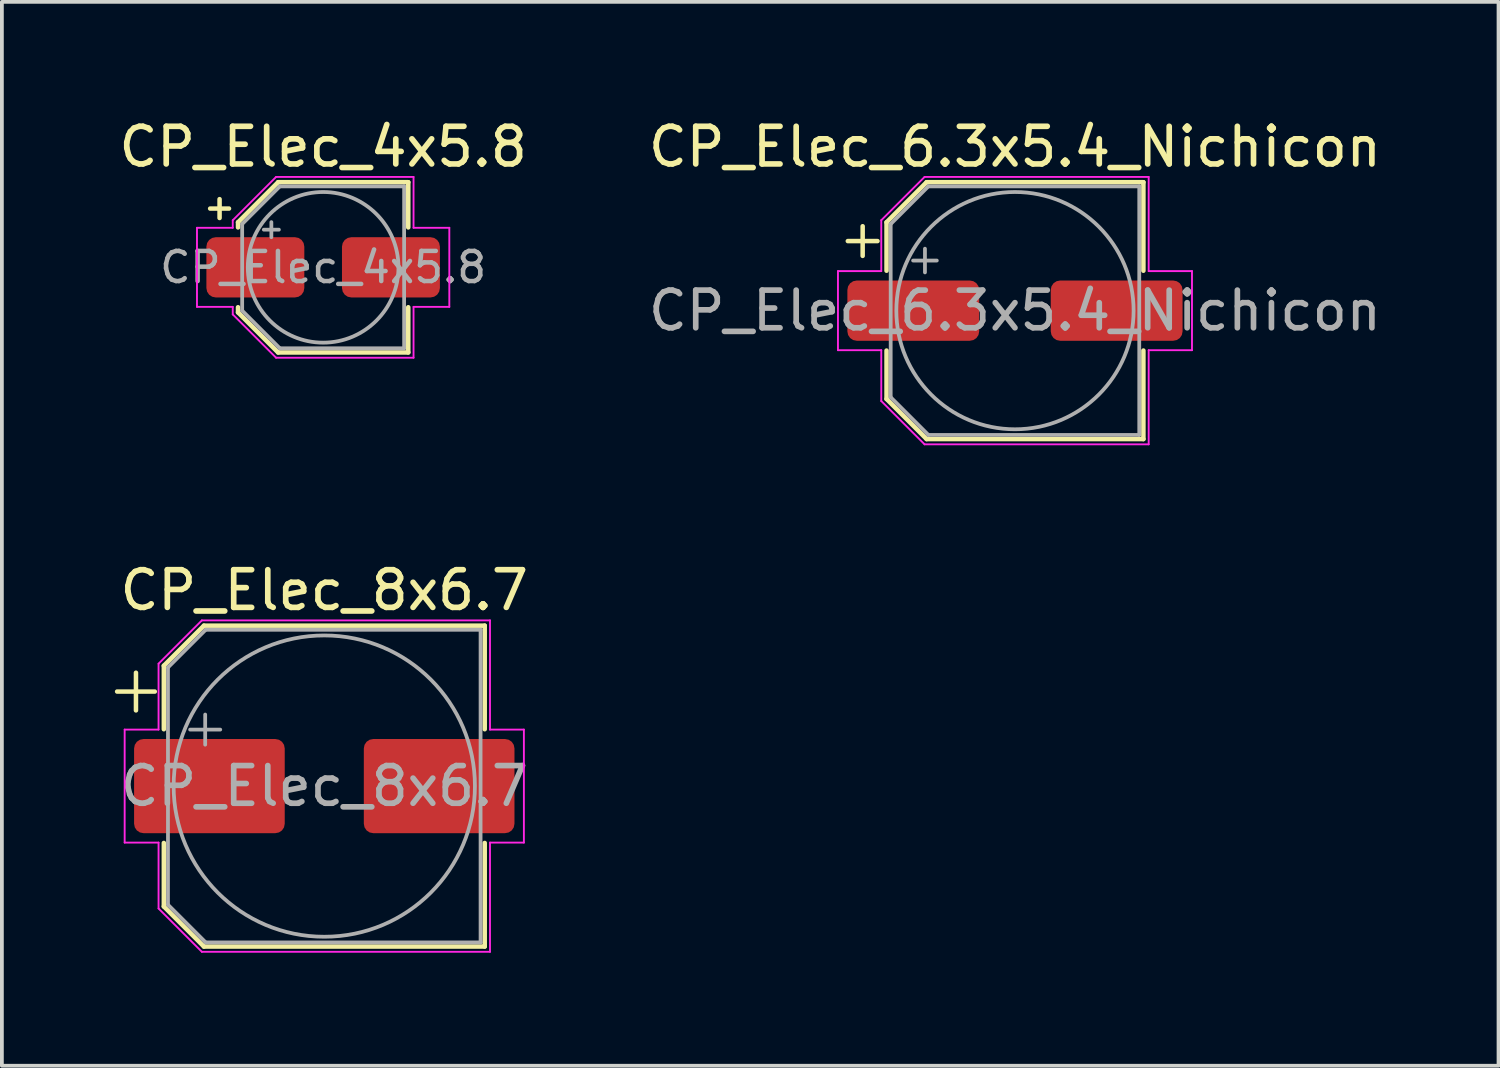
<source format=kicad_pcb>
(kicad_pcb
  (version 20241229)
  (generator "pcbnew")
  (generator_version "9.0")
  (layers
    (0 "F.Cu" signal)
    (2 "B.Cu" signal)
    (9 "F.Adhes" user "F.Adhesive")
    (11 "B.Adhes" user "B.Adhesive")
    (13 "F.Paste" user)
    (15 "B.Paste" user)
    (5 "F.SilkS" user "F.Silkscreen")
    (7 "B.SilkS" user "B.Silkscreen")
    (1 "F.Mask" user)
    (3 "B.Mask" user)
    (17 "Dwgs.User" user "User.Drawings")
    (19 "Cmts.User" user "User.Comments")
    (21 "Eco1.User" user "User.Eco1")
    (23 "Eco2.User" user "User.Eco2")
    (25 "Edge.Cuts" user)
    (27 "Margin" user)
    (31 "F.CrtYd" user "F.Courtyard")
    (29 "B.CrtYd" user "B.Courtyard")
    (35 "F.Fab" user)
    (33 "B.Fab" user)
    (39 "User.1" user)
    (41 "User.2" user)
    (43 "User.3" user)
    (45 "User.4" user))
  (footprint "CP_Elec_8x6.7"
    (layer "F.Cu")
    (at 5.56 17.822)
    (property "Reference" "CP_Elec_8x6.7" (at 0 -5.2 0) (layer "F.SilkS") (effects (font (size 1 1) (thickness 0.15))))
    (attr smd)
    (fp_line (start -5.5 -2.51) (end -4.5 -2.51) (stroke (width 0.12) (type solid)) (layer "F.SilkS"))
    (fp_line (start -5 -3.01) (end -5 -2.01) (stroke (width 0.12) (type solid)) (layer "F.SilkS"))
    (fp_line (start -4.26 -3.196) (end -4.26 -1.51) (stroke (width 0.12) (type solid)) (layer "F.SilkS"))
    (fp_line (start -4.26 -3.196) (end -3.196 -4.26) (stroke (width 0.12) (type solid)) (layer "F.SilkS"))
    (fp_line (start -4.26 3.196) (end -4.26 1.51) (stroke (width 0.12) (type solid)) (layer "F.SilkS"))
    (fp_line (start -4.26 3.196) (end -3.196 4.26) (stroke (width 0.12) (type solid)) (layer "F.SilkS"))
    (fp_line (start -3.196 -4.26) (end 4.26 -4.26) (stroke (width 0.12) (type solid)) (layer "F.SilkS"))
    (fp_line (start -3.196 4.26) (end 4.26 4.26) (stroke (width 0.12) (type solid)) (layer "F.SilkS"))
    (fp_line (start 4.26 -4.26) (end 4.26 -1.51) (stroke (width 0.12) (type solid)) (layer "F.SilkS"))
    (fp_line (start 4.26 4.26) (end 4.26 1.51) (stroke (width 0.12) (type solid)) (layer "F.SilkS"))
    (fp_line (start -5.3 -1.5) (end -5.3 1.5) (stroke (width 0.05) (type solid)) (layer "F.CrtYd"))
    (fp_line (start -5.3 1.5) (end -4.4 1.5) (stroke (width 0.05) (type solid)) (layer "F.CrtYd"))
    (fp_line (start -4.4 -3.25) (end -4.4 -1.5) (stroke (width 0.05) (type solid)) (layer "F.CrtYd"))
    (fp_line (start -4.4 -3.25) (end -3.25 -4.4) (stroke (width 0.05) (type solid)) (layer "F.CrtYd"))
    (fp_line (start -4.4 -1.5) (end -5.3 -1.5) (stroke (width 0.05) (type solid)) (layer "F.CrtYd"))
    (fp_line (start -4.4 1.5) (end -4.4 3.25) (stroke (width 0.05) (type solid)) (layer "F.CrtYd"))
    (fp_line (start -4.4 3.25) (end -3.25 4.4) (stroke (width 0.05) (type solid)) (layer "F.CrtYd"))
    (fp_line (start -3.25 -4.4) (end 4.4 -4.4) (stroke (width 0.05) (type solid)) (layer "F.CrtYd"))
    (fp_line (start -3.25 4.4) (end 4.4 4.4) (stroke (width 0.05) (type solid)) (layer "F.CrtYd"))
    (fp_line (start 4.4 -4.4) (end 4.4 -1.5) (stroke (width 0.05) (type solid)) (layer "F.CrtYd"))
    (fp_line (start 4.4 -1.5) (end 5.3 -1.5) (stroke (width 0.05) (type solid)) (layer "F.CrtYd"))
    (fp_line (start 4.4 1.5) (end 4.4 4.4) (stroke (width 0.05) (type solid)) (layer "F.CrtYd"))
    (fp_line (start 5.3 -1.5) (end 5.3 1.5) (stroke (width 0.05) (type solid)) (layer "F.CrtYd"))
    (fp_line (start 5.3 1.5) (end 4.4 1.5) (stroke (width 0.05) (type solid)) (layer "F.CrtYd"))
    (fp_line (start -4.15 -3.15) (end -4.15 3.15) (stroke (width 0.1) (type solid)) (layer "F.Fab"))
    (fp_line (start -4.15 -3.15) (end -3.15 -4.15) (stroke (width 0.1) (type solid)) (layer "F.Fab"))
    (fp_line (start -4.15 3.15) (end -3.15 4.15) (stroke (width 0.1) (type solid)) (layer "F.Fab"))
    (fp_line (start -3.562 -1.5) (end -2.762 -1.5) (stroke (width 0.1) (type solid)) (layer "F.Fab"))
    (fp_line (start -3.162 -1.9) (end -3.162 -1.1) (stroke (width 0.1) (type solid)) (layer "F.Fab"))
    (fp_line (start -3.15 -4.15) (end 4.15 -4.15) (stroke (width 0.1) (type solid)) (layer "F.Fab"))
    (fp_line (start -3.15 4.15) (end 4.15 4.15) (stroke (width 0.1) (type solid)) (layer "F.Fab"))
    (fp_line (start 4.15 -4.15) (end 4.15 4.15) (stroke (width 0.1) (type solid)) (layer "F.Fab"))
    (fp_circle (center 0 0) (end 4 0) (stroke (width 0.1) (type solid)) (fill no) (layer "F.Fab"))
    (fp_text user "${REFERENCE}" (at 0 0 0) (layer "F.Fab") (effects (font (size 1 1) (thickness 0.15))))
    (pad "1" smd roundrect (at -3.05 0) (size 4 2.5) (layers "F.Cu" "F.Mask" "F.Paste") (roundrect_rratio 0.1))
    (pad "2" smd roundrect (at 3.05 0) (size 4 2.5) (layers "F.Cu" "F.Mask" "F.Paste") (roundrect_rratio 0.1)))
  (footprint "CP_Elec_6.3x5.4_Nichicon"
    (layer "F.Cu")
    (at 23.899 5.198)
    (property "Reference" "CP_Elec_6.3x5.4_Nichicon" (at 0 -4.35 0) (layer "F.SilkS") (effects (font (size 1 1) (thickness 0.15))))
    (attr smd)
    (fp_line (start -4.438 -1.847) (end -3.65 -1.847) (stroke (width 0.12) (type solid)) (layer "F.SilkS"))
    (fp_line (start -4.044 -2.241) (end -4.044 -1.454) (stroke (width 0.12) (type solid)) (layer "F.SilkS"))
    (fp_line (start -3.41 -2.346) (end -3.41 -1.06) (stroke (width 0.12) (type solid)) (layer "F.SilkS"))
    (fp_line (start -3.41 -2.346) (end -2.346 -3.41) (stroke (width 0.12) (type solid)) (layer "F.SilkS"))
    (fp_line (start -3.41 2.346) (end -3.41 1.06) (stroke (width 0.12) (type solid)) (layer "F.SilkS"))
    (fp_line (start -3.41 2.346) (end -2.346 3.41) (stroke (width 0.12) (type solid)) (layer "F.SilkS"))
    (fp_line (start -2.346 -3.41) (end 3.41 -3.41) (stroke (width 0.12) (type solid)) (layer "F.SilkS"))
    (fp_line (start -2.346 3.41) (end 3.41 3.41) (stroke (width 0.12) (type solid)) (layer "F.SilkS"))
    (fp_line (start 3.41 -3.41) (end 3.41 -1.06) (stroke (width 0.12) (type solid)) (layer "F.SilkS"))
    (fp_line (start 3.41 3.41) (end 3.41 1.06) (stroke (width 0.12) (type solid)) (layer "F.SilkS"))
    (fp_line (start -4.7 -1.05) (end -4.7 1.05) (stroke (width 0.05) (type solid)) (layer "F.CrtYd"))
    (fp_line (start -4.7 1.05) (end -3.55 1.05) (stroke (width 0.05) (type solid)) (layer "F.CrtYd"))
    (fp_line (start -3.55 -2.4) (end -3.55 -1.05) (stroke (width 0.05) (type solid)) (layer "F.CrtYd"))
    (fp_line (start -3.55 -2.4) (end -2.4 -3.55) (stroke (width 0.05) (type solid)) (layer "F.CrtYd"))
    (fp_line (start -3.55 -1.05) (end -4.7 -1.05) (stroke (width 0.05) (type solid)) (layer "F.CrtYd"))
    (fp_line (start -3.55 1.05) (end -3.55 2.4) (stroke (width 0.05) (type solid)) (layer "F.CrtYd"))
    (fp_line (start -3.55 2.4) (end -2.4 3.55) (stroke (width 0.05) (type solid)) (layer "F.CrtYd"))
    (fp_line (start -2.4 -3.55) (end 3.55 -3.55) (stroke (width 0.05) (type solid)) (layer "F.CrtYd"))
    (fp_line (start -2.4 3.55) (end 3.55 3.55) (stroke (width 0.05) (type solid)) (layer "F.CrtYd"))
    (fp_line (start 3.55 -3.55) (end 3.55 -1.05) (stroke (width 0.05) (type solid)) (layer "F.CrtYd"))
    (fp_line (start 3.55 -1.05) (end 4.7 -1.05) (stroke (width 0.05) (type solid)) (layer "F.CrtYd"))
    (fp_line (start 3.55 1.05) (end 3.55 3.55) (stroke (width 0.05) (type solid)) (layer "F.CrtYd"))
    (fp_line (start 4.7 -1.05) (end 4.7 1.05) (stroke (width 0.05) (type solid)) (layer "F.CrtYd"))
    (fp_line (start 4.7 1.05) (end 3.55 1.05) (stroke (width 0.05) (type solid)) (layer "F.CrtYd"))
    (fp_line (start -3.3 -2.3) (end -3.3 2.3) (stroke (width 0.1) (type solid)) (layer "F.Fab"))
    (fp_line (start -3.3 -2.3) (end -2.3 -3.3) (stroke (width 0.1) (type solid)) (layer "F.Fab"))
    (fp_line (start -3.3 2.3) (end -2.3 3.3) (stroke (width 0.1) (type solid)) (layer "F.Fab"))
    (fp_line (start -2.705 -1.33) (end -2.075 -1.33) (stroke (width 0.1) (type solid)) (layer "F.Fab"))
    (fp_line (start -2.39 -1.645) (end -2.39 -1.015) (stroke (width 0.1) (type solid)) (layer "F.Fab"))
    (fp_line (start -2.3 -3.3) (end 3.3 -3.3) (stroke (width 0.1) (type solid)) (layer "F.Fab"))
    (fp_line (start -2.3 3.3) (end 3.3 3.3) (stroke (width 0.1) (type solid)) (layer "F.Fab"))
    (fp_line (start 3.3 -3.3) (end 3.3 3.3) (stroke (width 0.1) (type solid)) (layer "F.Fab"))
    (fp_circle (center 0 0) (end 3.15 0) (stroke (width 0.1) (type solid)) (fill no) (layer "F.Fab"))
    (fp_text user "${REFERENCE}" (at 0 0 0) (layer "F.Fab") (effects (font (size 1 1) (thickness 0.15))))
    (pad "1" smd roundrect (at -2.7 0) (size 3.5 1.6) (layers "F.Cu" "F.Mask" "F.Paste") (roundrect_rratio 0.156))
    (pad "2" smd roundrect (at 2.7 0) (size 3.5 1.6) (layers "F.Cu" "F.Mask" "F.Paste") (roundrect_rratio 0.156)))
  (footprint "CP_Elec_4x5.8"
    (layer "F.Cu")
    (at 5.53 4.048)
    (property "Reference" "CP_Elec_4x5.8" (at 0 -3.2 0) (layer "F.SilkS") (effects (font (size 1 1) (thickness 0.15))))
    (attr smd)
    (fp_line (start -3 -1.56) (end -2.5 -1.56) (stroke (width 0.12) (type solid)) (layer "F.SilkS"))
    (fp_line (start -2.75 -1.81) (end -2.75 -1.31) (stroke (width 0.12) (type solid)) (layer "F.SilkS"))
    (fp_line (start -2.26 -1.196) (end -2.26 -1.06) (stroke (width 0.12) (type solid)) (layer "F.SilkS"))
    (fp_line (start -2.26 -1.196) (end -1.196 -2.26) (stroke (width 0.12) (type solid)) (layer "F.SilkS"))
    (fp_line (start -2.26 1.196) (end -2.26 1.06) (stroke (width 0.12) (type solid)) (layer "F.SilkS"))
    (fp_line (start -2.26 1.196) (end -1.196 2.26) (stroke (width 0.12) (type solid)) (layer "F.SilkS"))
    (fp_line (start -1.196 -2.26) (end 2.26 -2.26) (stroke (width 0.12) (type solid)) (layer "F.SilkS"))
    (fp_line (start -1.196 2.26) (end 2.26 2.26) (stroke (width 0.12) (type solid)) (layer "F.SilkS"))
    (fp_line (start 2.26 -2.26) (end 2.26 -1.06) (stroke (width 0.12) (type solid)) (layer "F.SilkS"))
    (fp_line (start 2.26 2.26) (end 2.26 1.06) (stroke (width 0.12) (type solid)) (layer "F.SilkS"))
    (fp_line (start -3.35 -1.05) (end -3.35 1.05) (stroke (width 0.05) (type solid)) (layer "F.CrtYd"))
    (fp_line (start -3.35 1.05) (end -2.4 1.05) (stroke (width 0.05) (type solid)) (layer "F.CrtYd"))
    (fp_line (start -2.4 -1.25) (end -2.4 -1.05) (stroke (width 0.05) (type solid)) (layer "F.CrtYd"))
    (fp_line (start -2.4 -1.25) (end -1.25 -2.4) (stroke (width 0.05) (type solid)) (layer "F.CrtYd"))
    (fp_line (start -2.4 -1.05) (end -3.35 -1.05) (stroke (width 0.05) (type solid)) (layer "F.CrtYd"))
    (fp_line (start -2.4 1.05) (end -2.4 1.25) (stroke (width 0.05) (type solid)) (layer "F.CrtYd"))
    (fp_line (start -2.4 1.25) (end -1.25 2.4) (stroke (width 0.05) (type solid)) (layer "F.CrtYd"))
    (fp_line (start -1.25 -2.4) (end 2.4 -2.4) (stroke (width 0.05) (type solid)) (layer "F.CrtYd"))
    (fp_line (start -1.25 2.4) (end 2.4 2.4) (stroke (width 0.05) (type solid)) (layer "F.CrtYd"))
    (fp_line (start 2.4 -2.4) (end 2.4 -1.05) (stroke (width 0.05) (type solid)) (layer "F.CrtYd"))
    (fp_line (start 2.4 -1.05) (end 3.35 -1.05) (stroke (width 0.05) (type solid)) (layer "F.CrtYd"))
    (fp_line (start 2.4 1.05) (end 2.4 2.4) (stroke (width 0.05) (type solid)) (layer "F.CrtYd"))
    (fp_line (start 3.35 -1.05) (end 3.35 1.05) (stroke (width 0.05) (type solid)) (layer "F.CrtYd"))
    (fp_line (start 3.35 1.05) (end 2.4 1.05) (stroke (width 0.05) (type solid)) (layer "F.CrtYd"))
    (fp_line (start -2.15 -1.15) (end -2.15 1.15) (stroke (width 0.1) (type solid)) (layer "F.Fab"))
    (fp_line (start -2.15 -1.15) (end -1.15 -2.15) (stroke (width 0.1) (type solid)) (layer "F.Fab"))
    (fp_line (start -2.15 1.15) (end -1.15 2.15) (stroke (width 0.1) (type solid)) (layer "F.Fab"))
    (fp_line (start -1.575 -1) (end -1.175 -1) (stroke (width 0.1) (type solid)) (layer "F.Fab"))
    (fp_line (start -1.375 -1.2) (end -1.375 -0.8) (stroke (width 0.1) (type solid)) (layer "F.Fab"))
    (fp_line (start -1.15 -2.15) (end 2.15 -2.15) (stroke (width 0.1) (type solid)) (layer "F.Fab"))
    (fp_line (start -1.15 2.15) (end 2.15 2.15) (stroke (width 0.1) (type solid)) (layer "F.Fab"))
    (fp_line (start 2.15 -2.15) (end 2.15 2.15) (stroke (width 0.1) (type solid)) (layer "F.Fab"))
    (fp_circle (center 0 0) (end 2 0) (stroke (width 0.1) (type solid)) (fill no) (layer "F.Fab"))
    (fp_text user "${REFERENCE}" (at 0 0 0) (layer "F.Fab") (effects (font (size 0.8 0.8) (thickness 0.12))))
    (pad "1" smd roundrect (at -1.8 0) (size 2.6 1.6) (layers "F.Cu" "F.Mask" "F.Paste") (roundrect_rratio 0.156))
    (pad "2" smd roundrect (at 1.8 0) (size 2.6 1.6) (layers "F.Cu" "F.Mask" "F.Paste") (roundrect_rratio 0.156)))
  (gr_rect
    (start -3 -3)
    (end 36.738 25.247)
    (stroke (width 0.1) (type default))
    (fill no)
    (layer "Edge.Cuts")))
</source>
